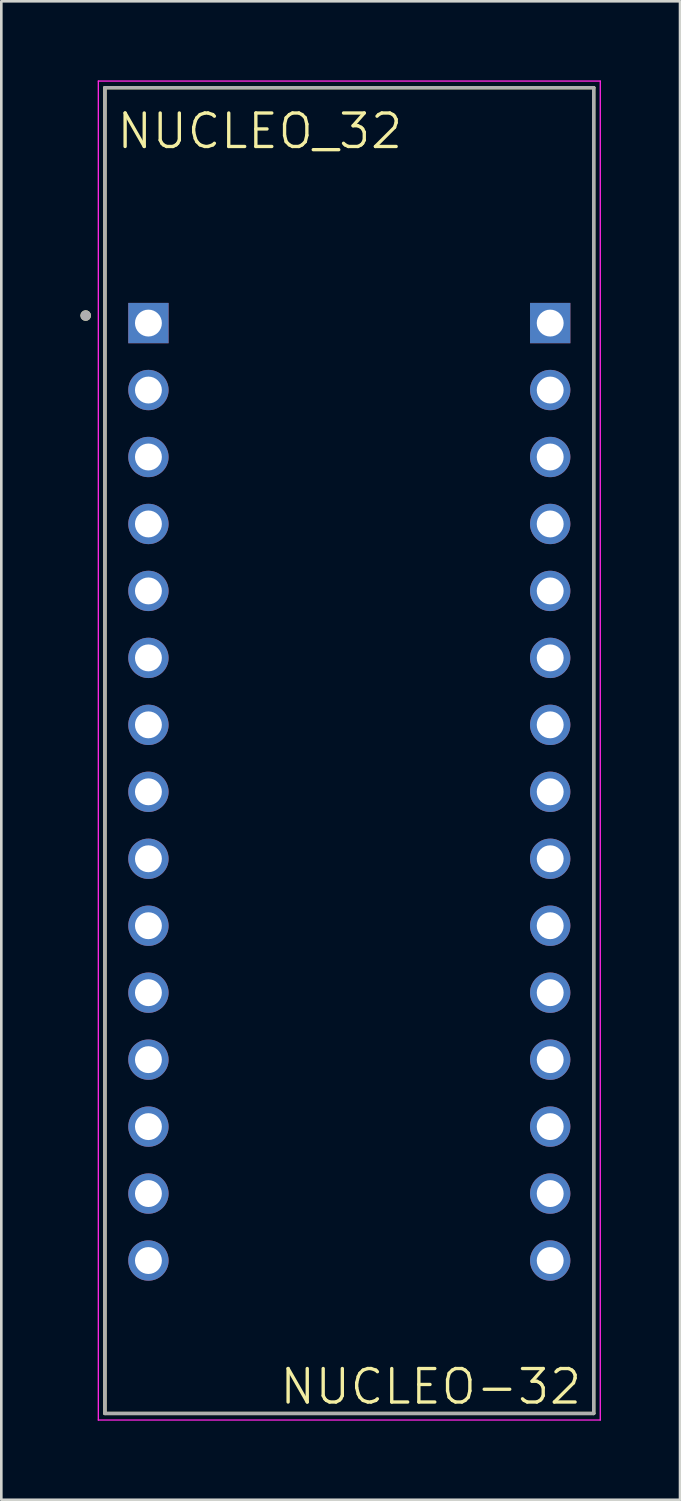
<source format=kicad_pcb>
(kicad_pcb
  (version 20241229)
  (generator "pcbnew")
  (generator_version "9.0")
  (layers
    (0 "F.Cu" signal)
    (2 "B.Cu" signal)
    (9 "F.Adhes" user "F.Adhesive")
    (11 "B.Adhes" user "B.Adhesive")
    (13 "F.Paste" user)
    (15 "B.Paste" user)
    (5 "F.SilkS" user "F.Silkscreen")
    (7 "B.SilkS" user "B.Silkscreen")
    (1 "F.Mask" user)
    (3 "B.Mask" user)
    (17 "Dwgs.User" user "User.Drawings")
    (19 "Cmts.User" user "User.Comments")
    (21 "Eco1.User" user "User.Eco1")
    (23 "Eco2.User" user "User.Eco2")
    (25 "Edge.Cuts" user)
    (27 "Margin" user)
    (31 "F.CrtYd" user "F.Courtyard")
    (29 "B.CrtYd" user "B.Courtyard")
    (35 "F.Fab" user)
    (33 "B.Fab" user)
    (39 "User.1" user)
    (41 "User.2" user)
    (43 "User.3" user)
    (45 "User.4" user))
  (footprint "NUCLEO_32"
    (layer "F.Cu")
    (at 10.2 25.42)
    (property "Reference" "NUCLEO_32" (at -8.89 -23.495 0) (layer "F.SilkS") (effects (font (size 1.27 1.27) (thickness 0.127)) (justify left)))
    (attr through_hole)
    (fp_line (start -9.27 -25.145) (end 9.27 -25.145) (stroke (width 0.127) (type solid)) (layer "F.SilkS"))
    (fp_line (start -9.27 25.145) (end -9.27 -25.145) (stroke (width 0.127) (type solid)) (layer "F.SilkS"))
    (fp_line (start 9.27 -25.145) (end 9.27 25.145) (stroke (width 0.127) (type solid)) (layer "F.SilkS"))
    (fp_line (start 9.27 25.145) (end -9.27 25.145) (stroke (width 0.127) (type solid)) (layer "F.SilkS"))
    (fp_circle (center -10 -16.5) (end -9.9 -16.5) (stroke (width 0.2) (type solid)) (fill no) (layer "F.SilkS"))
    (fp_line (start -9.52 -25.395) (end 9.52 -25.395) (stroke (width 0.05) (type solid)) (layer "F.CrtYd"))
    (fp_line (start -9.52 25.395) (end -9.52 -25.395) (stroke (width 0.05) (type solid)) (layer "F.CrtYd"))
    (fp_line (start 9.52 -25.395) (end 9.52 25.395) (stroke (width 0.05) (type solid)) (layer "F.CrtYd"))
    (fp_line (start 9.52 25.395) (end -9.52 25.395) (stroke (width 0.05) (type solid)) (layer "F.CrtYd"))
    (fp_line (start -9.27 -25.145) (end 9.27 -25.145) (stroke (width 0.127) (type solid)) (layer "F.Fab"))
    (fp_line (start -9.27 25.145) (end -9.27 -25.145) (stroke (width 0.127) (type solid)) (layer "F.Fab"))
    (fp_line (start 9.27 -25.145) (end 9.27 25.145) (stroke (width 0.127) (type solid)) (layer "F.Fab"))
    (fp_line (start 9.27 25.145) (end -9.27 25.145) (stroke (width 0.127) (type solid)) (layer "F.Fab"))
    (fp_circle (center -10 -16.5) (end -9.9 -16.5) (stroke (width 0.2) (type solid)) (fill no) (layer "F.Fab"))
    (fp_text user "NUCLEO-32" (at 8.89 24.13 0) (layer "F.SilkS") (effects (font (size 1.27 1.27) (thickness 0.127)) (justify right)))
    (pad "CN3_1" thru_hole rect (at -7.62 -16.215) (size 1.53 1.53) (drill 1.02) (layers "*.Cu" "*.Mask"))
    (pad "CN3_2" thru_hole circle (at -7.62 -13.675) (size 1.53 1.53) (drill 1.02) (layers "*.Cu" "*.Mask"))
    (pad "CN3_3" thru_hole circle (at -7.62 -11.135) (size 1.53 1.53) (drill 1.02) (layers "*.Cu" "*.Mask"))
    (pad "CN3_4" thru_hole circle (at -7.62 -8.595) (size 1.53 1.53) (drill 1.02) (layers "*.Cu" "*.Mask"))
    (pad "CN3_5" thru_hole circle (at -7.62 -6.055) (size 1.53 1.53) (drill 1.02) (layers "*.Cu" "*.Mask"))
    (pad "CN3_6" thru_hole circle (at -7.62 -3.515) (size 1.53 1.53) (drill 1.02) (layers "*.Cu" "*.Mask"))
    (pad "CN3_7" thru_hole circle (at -7.62 -0.975) (size 1.53 1.53) (drill 1.02) (layers "*.Cu" "*.Mask"))
    (pad "CN3_8" thru_hole circle (at -7.62 1.565) (size 1.53 1.53) (drill 1.02) (layers "*.Cu" "*.Mask"))
    (pad "CN3_9" thru_hole circle (at -7.62 4.105) (size 1.53 1.53) (drill 1.02) (layers "*.Cu" "*.Mask"))
    (pad "CN3_10" thru_hole circle (at -7.62 6.645) (size 1.53 1.53) (drill 1.02) (layers "*.Cu" "*.Mask"))
    (pad "CN3_11" thru_hole circle (at -7.62 9.185) (size 1.53 1.53) (drill 1.02) (layers "*.Cu" "*.Mask"))
    (pad "CN3_12" thru_hole circle (at -7.62 11.725) (size 1.53 1.53) (drill 1.02) (layers "*.Cu" "*.Mask"))
    (pad "CN3_13" thru_hole circle (at -7.62 14.265) (size 1.53 1.53) (drill 1.02) (layers "*.Cu" "*.Mask"))
    (pad "CN3_14" thru_hole circle (at -7.62 16.805) (size 1.53 1.53) (drill 1.02) (layers "*.Cu" "*.Mask"))
    (pad "CN3_15" thru_hole circle (at -7.62 19.345) (size 1.53 1.53) (drill 1.02) (layers "*.Cu" "*.Mask"))
    (pad "CN4_1" thru_hole rect (at 7.62 -16.215) (size 1.53 1.53) (drill 1.02) (layers "*.Cu" "*.Mask"))
    (pad "CN4_2" thru_hole circle (at 7.62 -13.675) (size 1.53 1.53) (drill 1.02) (layers "*.Cu" "*.Mask"))
    (pad "CN4_3" thru_hole circle (at 7.62 -11.135) (size 1.53 1.53) (drill 1.02) (layers "*.Cu" "*.Mask"))
    (pad "CN4_4" thru_hole circle (at 7.62 -8.595) (size 1.53 1.53) (drill 1.02) (layers "*.Cu" "*.Mask"))
    (pad "CN4_5" thru_hole circle (at 7.62 -6.055) (size 1.53 1.53) (drill 1.02) (layers "*.Cu" "*.Mask"))
    (pad "CN4_6" thru_hole circle (at 7.62 -3.515) (size 1.53 1.53) (drill 1.02) (layers "*.Cu" "*.Mask"))
    (pad "CN4_7" thru_hole circle (at 7.62 -0.975) (size 1.53 1.53) (drill 1.02) (layers "*.Cu" "*.Mask"))
    (pad "CN4_8" thru_hole circle (at 7.62 1.565) (size 1.53 1.53) (drill 1.02) (layers "*.Cu" "*.Mask"))
    (pad "CN4_9" thru_hole circle (at 7.62 4.105) (size 1.53 1.53) (drill 1.02) (layers "*.Cu" "*.Mask"))
    (pad "CN4_10" thru_hole circle (at 7.62 6.645) (size 1.53 1.53) (drill 1.02) (layers "*.Cu" "*.Mask"))
    (pad "CN4_11" thru_hole circle (at 7.62 9.185) (size 1.53 1.53) (drill 1.02) (layers "*.Cu" "*.Mask"))
    (pad "CN4_12" thru_hole circle (at 7.62 11.725) (size 1.53 1.53) (drill 1.02) (layers "*.Cu" "*.Mask"))
    (pad "CN4_13" thru_hole circle (at 7.62 14.265) (size 1.53 1.53) (drill 1.02) (layers "*.Cu" "*.Mask"))
    (pad "CN4_14" thru_hole circle (at 7.62 16.805) (size 1.53 1.53) (drill 1.02) (layers "*.Cu" "*.Mask"))
    (pad "CN4_15" thru_hole circle (at 7.62 19.345) (size 1.53 1.53) (drill 1.02) (layers "*.Cu" "*.Mask")))
  (gr_rect
    (start -3 -3)
    (end 22.745 53.84)
    (stroke (width 0.1) (type default))
    (fill no)
    (layer "Edge.Cuts")))
</source>
